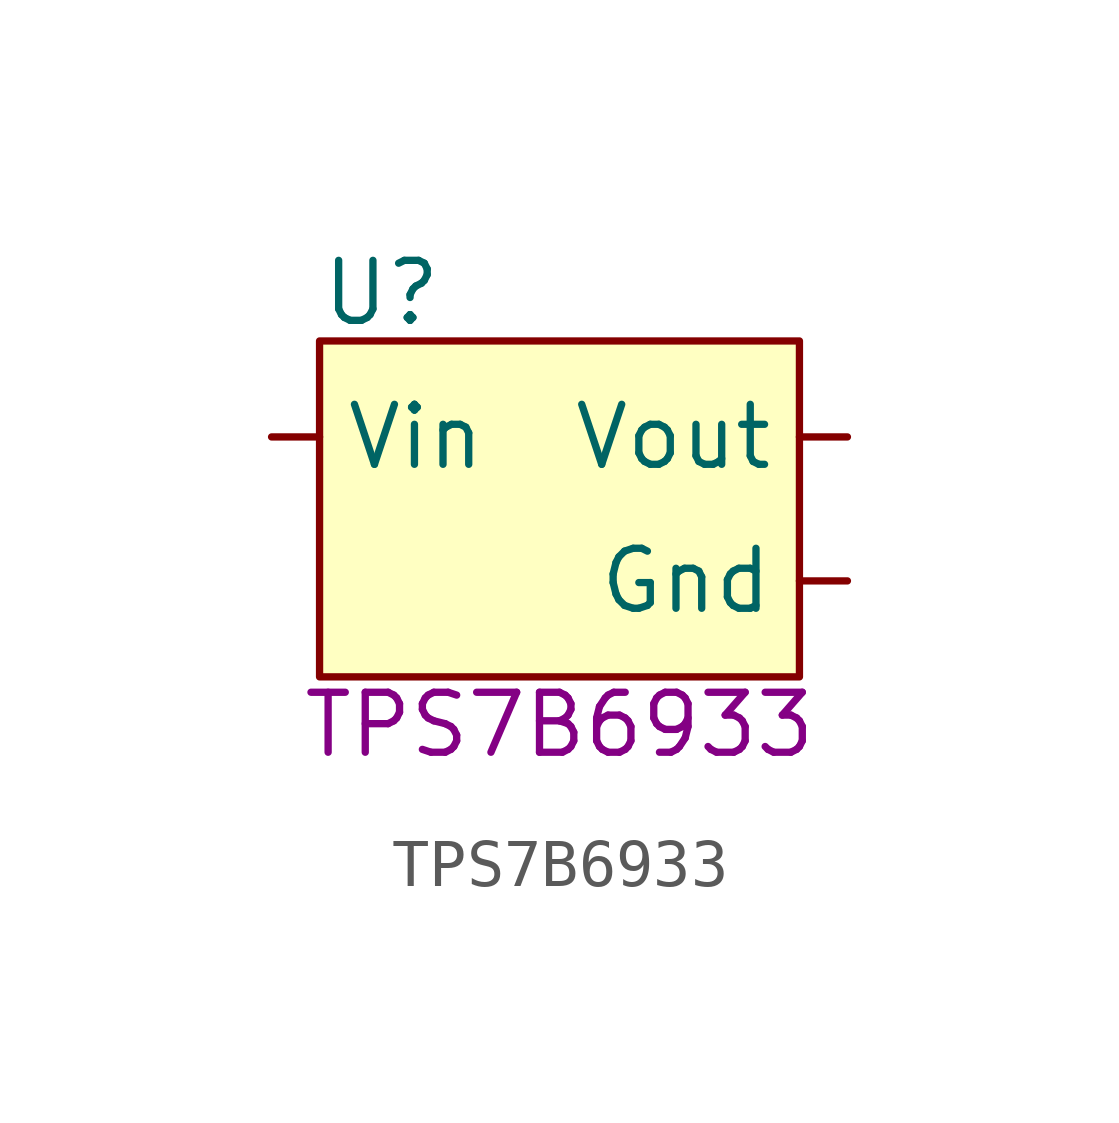
<source format=kicad_sym>
(kicad_symbol_lib
  (version 20231120)
  (generator "kicad_symbol_editor")
  (generator_version "8.0")
  (symbol "TPS7B6933"
    (pin_numbers hide)
    (property "Reference" "U"
      (at 1 3 0)
      (do_not_autoplace)
      (effects (font (size 1.25 1.25)) (justify left)))
    (property "Part#" "TPS7B6933"
      (at 6 -6 0)
      (do_not_autoplace)
      (effects (font (size 1.25 1.25))))
    (symbol "TPS7B6933_1_1"
      (rectangle (start 1 2) (end 11 -5) (stroke (width 0) (type default)) (fill (type background)))
      (pin passive line (at 12 -3 180) (length 1) (name "Gnd" (effects (font (size 1.25 1.25)))) (number "Gnd" (effects (font (size 1.25 1.25)))))
      (pin power_in line (at 0 0 0) (length 1) (name "Vin" (effects (font (size 1.25 1.25)))) (number "Vin" (effects (font (size 1.25 1.25)))))
      (pin power_out line (at 12 0 180) (length 1) (name "Vout" (effects (font (size 1.25 1.25)))) (number "Vout" (effects (font (size 1.25 1.25))))))))
</source>
